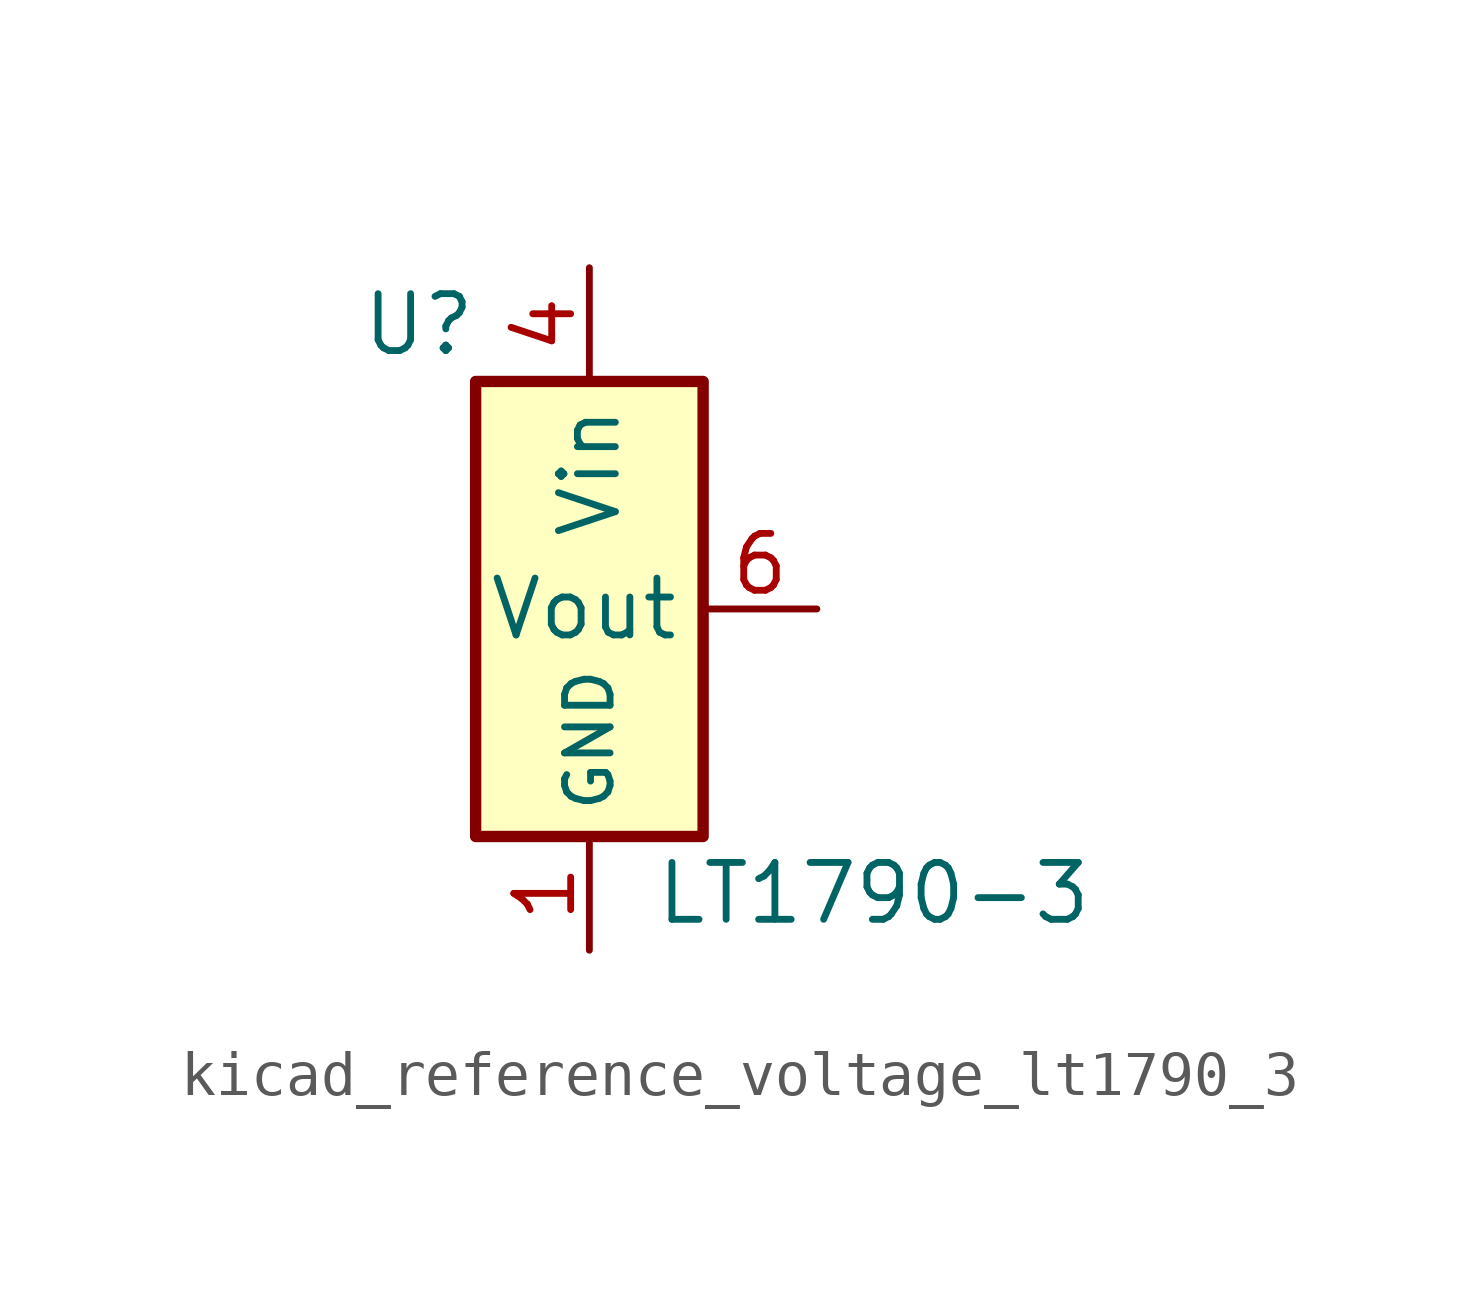
<source format=kicad_sym>
(kicad_symbol_lib
  (version 20220914)
  (generator kicad_symbol_editor)
  (symbol "kicad_reference_voltage_lt1790_3"
    (property "Reference" "U"
      (at -3.81 6.35 0)
      (effects (font (size 1.27 1.27))))
    (property "Value" "LT1790-3"
      (at 6.35 -6.35 0)
      (effects (font (size 1.27 1.27))))
    (symbol "kicad_reference_voltage_lt1790_3_0_1"
      (rectangle (start 2.54 5.08) (end -2.54 -5.08) (stroke (width 0.254) (type default)) (fill (type background))))
    (symbol "kicad_reference_voltage_lt1790_3_1_1"
      (pin power_in line (at 0 -7.62 90) (length 2.54) (name "GND" (effects (font (size 1.016 1.016)))) (number "1" (effects (font (size 1.27 1.27)))))
      (pin passive line (at 0 -7.62 90) (length 2.54) hide (name "GND" (effects (font (size 1.016 1.016)))) (number "2" (effects (font (size 1.27 1.27)))))
      (pin power_in line (at 0 7.62 270) (length 2.54) (name "Vin" (effects (font (size 1.27 1.27)))) (number "4" (effects (font (size 1.27 1.27)))))
      (pin output line (at 5.08 0 180) (length 2.54) (name "Vout" (effects (font (size 1.27 1.27)))) (number "6" (effects (font (size 1.27 1.27))))))))
</source>
